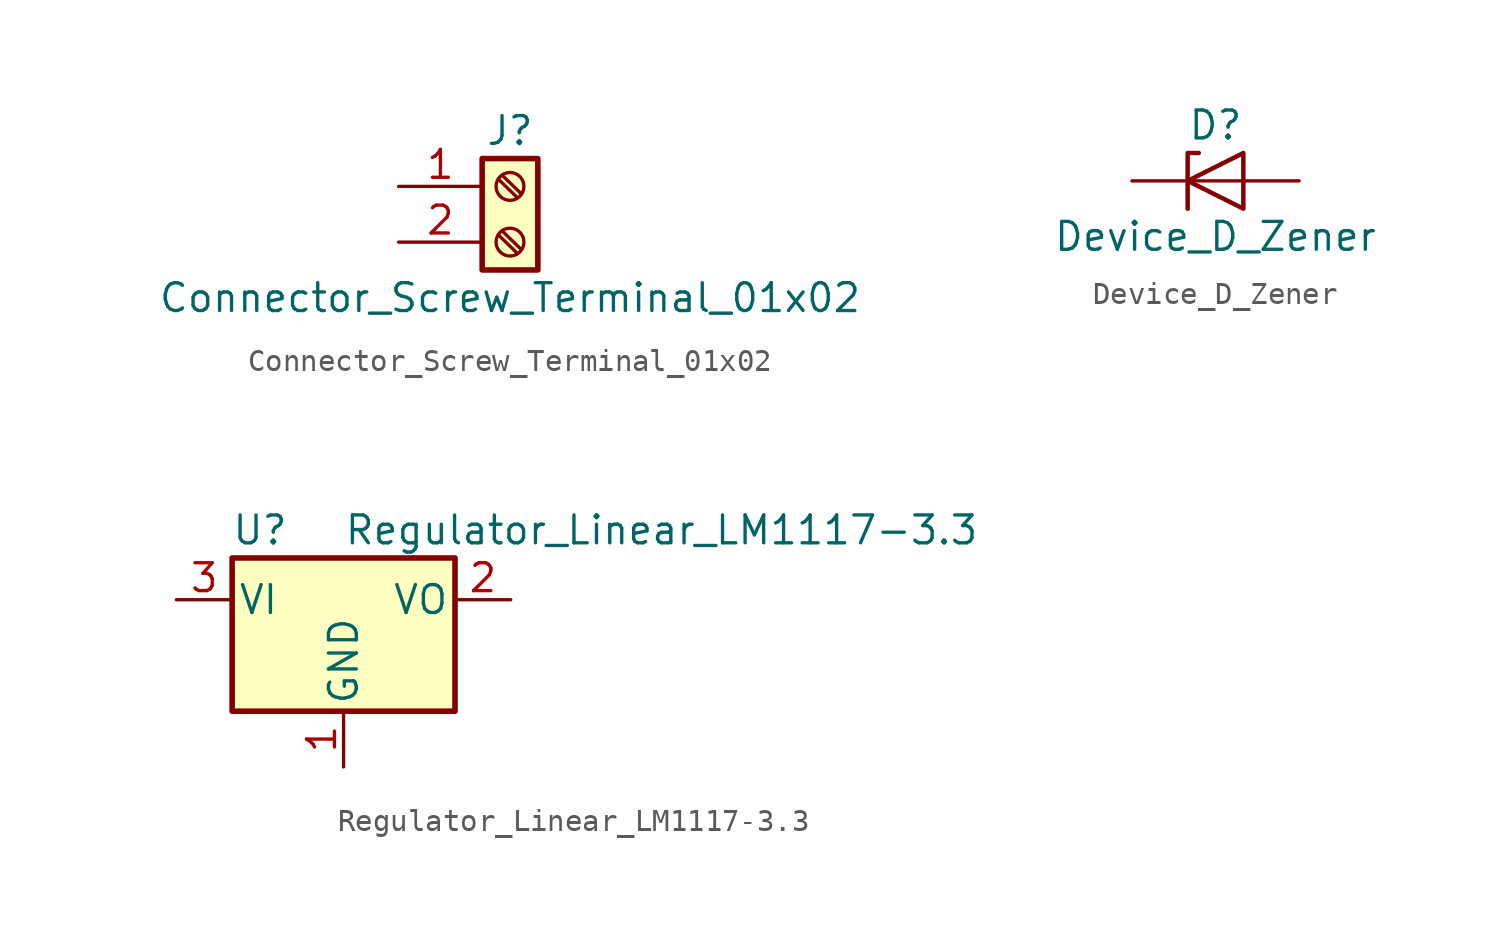
<source format=kicad_sym>
(kicad_symbol_lib
  (version 20211014)
  (generator kicad_symbol_editor)
  (symbol "Connector_Screw_Terminal_01x02"
    (pin_names
      (offset 1.016) hide)
    (property "Reference" "J"
      (at 0 2.54 0)
      (effects (font (size 1.27 1.27))))
    (property "Value" "Connector_Screw_Terminal_01x02"
      (at 0 -5.08 0)
      (effects (font (size 1.27 1.27))))
    (symbol "Connector_Screw_Terminal_01x02_1_1"
      (rectangle (start -1.27 1.27) (end 1.27 -3.81) (stroke (width 0.254) (type default) (color 0 0 0 0)) (fill (type background)))
      (circle (center 0 -2.54) (radius 0.635) (stroke (width 0.152) (type default) (color 0 0 0 0)) (fill (type none)))
      (polyline (pts (xy -0.533 -2.21) (xy 0.33 -3.048)) (stroke (width 0.152) (type default) (color 0 0 0 0)) (fill (type none)))
      (polyline (pts (xy -0.533 0.33) (xy 0.33 -0.508)) (stroke (width 0.152) (type default) (color 0 0 0 0)) (fill (type none)))
      (polyline (pts (xy -0.356 -2.032) (xy 0.508 -2.87)) (stroke (width 0.152) (type default) (color 0 0 0 0)) (fill (type none)))
      (polyline (pts (xy -0.356 0.508) (xy 0.508 -0.33)) (stroke (width 0.152) (type default) (color 0 0 0 0)) (fill (type none)))
      (circle (center 0 0) (radius 0.635) (stroke (width 0.152) (type default) (color 0 0 0 0)) (fill (type none)))
      (pin passive line (at -5.08 0 0) (length 3.81) (name "Pin_1" (effects (font (size 1.27 1.27)))) (number "1" (effects (font (size 1.27 1.27)))))
      (pin passive line (at -5.08 -2.54 0) (length 3.81) (name "Pin_2" (effects (font (size 1.27 1.27)))) (number "2" (effects (font (size 1.27 1.27)))))))
  (symbol "Device_D_Zener"
    (pin_numbers hide)
    (pin_names
      (offset 1.016) hide)
    (property "Reference" "D"
      (at 0 2.54 0)
      (effects (font (size 1.27 1.27))))
    (property "Value" "Device_D_Zener"
      (at 0 -2.54 0)
      (effects (font (size 1.27 1.27))))
    (symbol "Device_D_Zener_0_1"
      (polyline (pts (xy 1.27 0) (xy -1.27 0)) (stroke (width 0) (type default) (color 0 0 0 0)) (fill (type none)))
      (polyline (pts (xy -1.27 -1.27) (xy -1.27 1.27) (xy -0.762 1.27)) (stroke (width 0.203) (type default) (color 0 0 0 0)) (fill (type none)))
      (polyline (pts (xy 1.27 -1.27) (xy 1.27 1.27) (xy -1.27 0) (xy 1.27 -1.27)) (stroke (width 0.203) (type default) (color 0 0 0 0)) (fill (type none))))
    (symbol "Device_D_Zener_1_1"
      (pin passive line (at -3.81 0 0) (length 2.54) (name "K" (effects (font (size 1.27 1.27)))) (number "1" (effects (font (size 1.27 1.27)))))
      (pin passive line (at 3.81 0 180) (length 2.54) (name "A" (effects (font (size 1.27 1.27)))) (number "2" (effects (font (size 1.27 1.27)))))))
  (symbol "Regulator_Linear_LM1117-3.3"
    (pin_names
      (offset 0.254))
    (property "Reference" "U"
      (at -3.81 3.175 0)
      (effects (font (size 1.27 1.27))))
    (property "Value" "Regulator_Linear_LM1117-3.3"
      (at 0 3.175 0)
      (effects (font (size 1.27 1.27)) (justify left)))
    (symbol "Regulator_Linear_LM1117-3.3_0_1"
      (rectangle (start -5.08 -5.08) (end 5.08 1.905) (stroke (width 0.254) (type default) (color 0 0 0 0)) (fill (type background))))
    (symbol "Regulator_Linear_LM1117-3.3_1_1"
      (pin power_in line (at 0 -7.62 90) (length 2.54) (name "GND" (effects (font (size 1.27 1.27)))) (number "1" (effects (font (size 1.27 1.27)))))
      (pin power_out line (at 7.62 0 180) (length 2.54) (name "VO" (effects (font (size 1.27 1.27)))) (number "2" (effects (font (size 1.27 1.27)))))
      (pin power_in line (at -7.62 0 0) (length 2.54) (name "VI" (effects (font (size 1.27 1.27)))) (number "3" (effects (font (size 1.27 1.27))))))))
</source>
